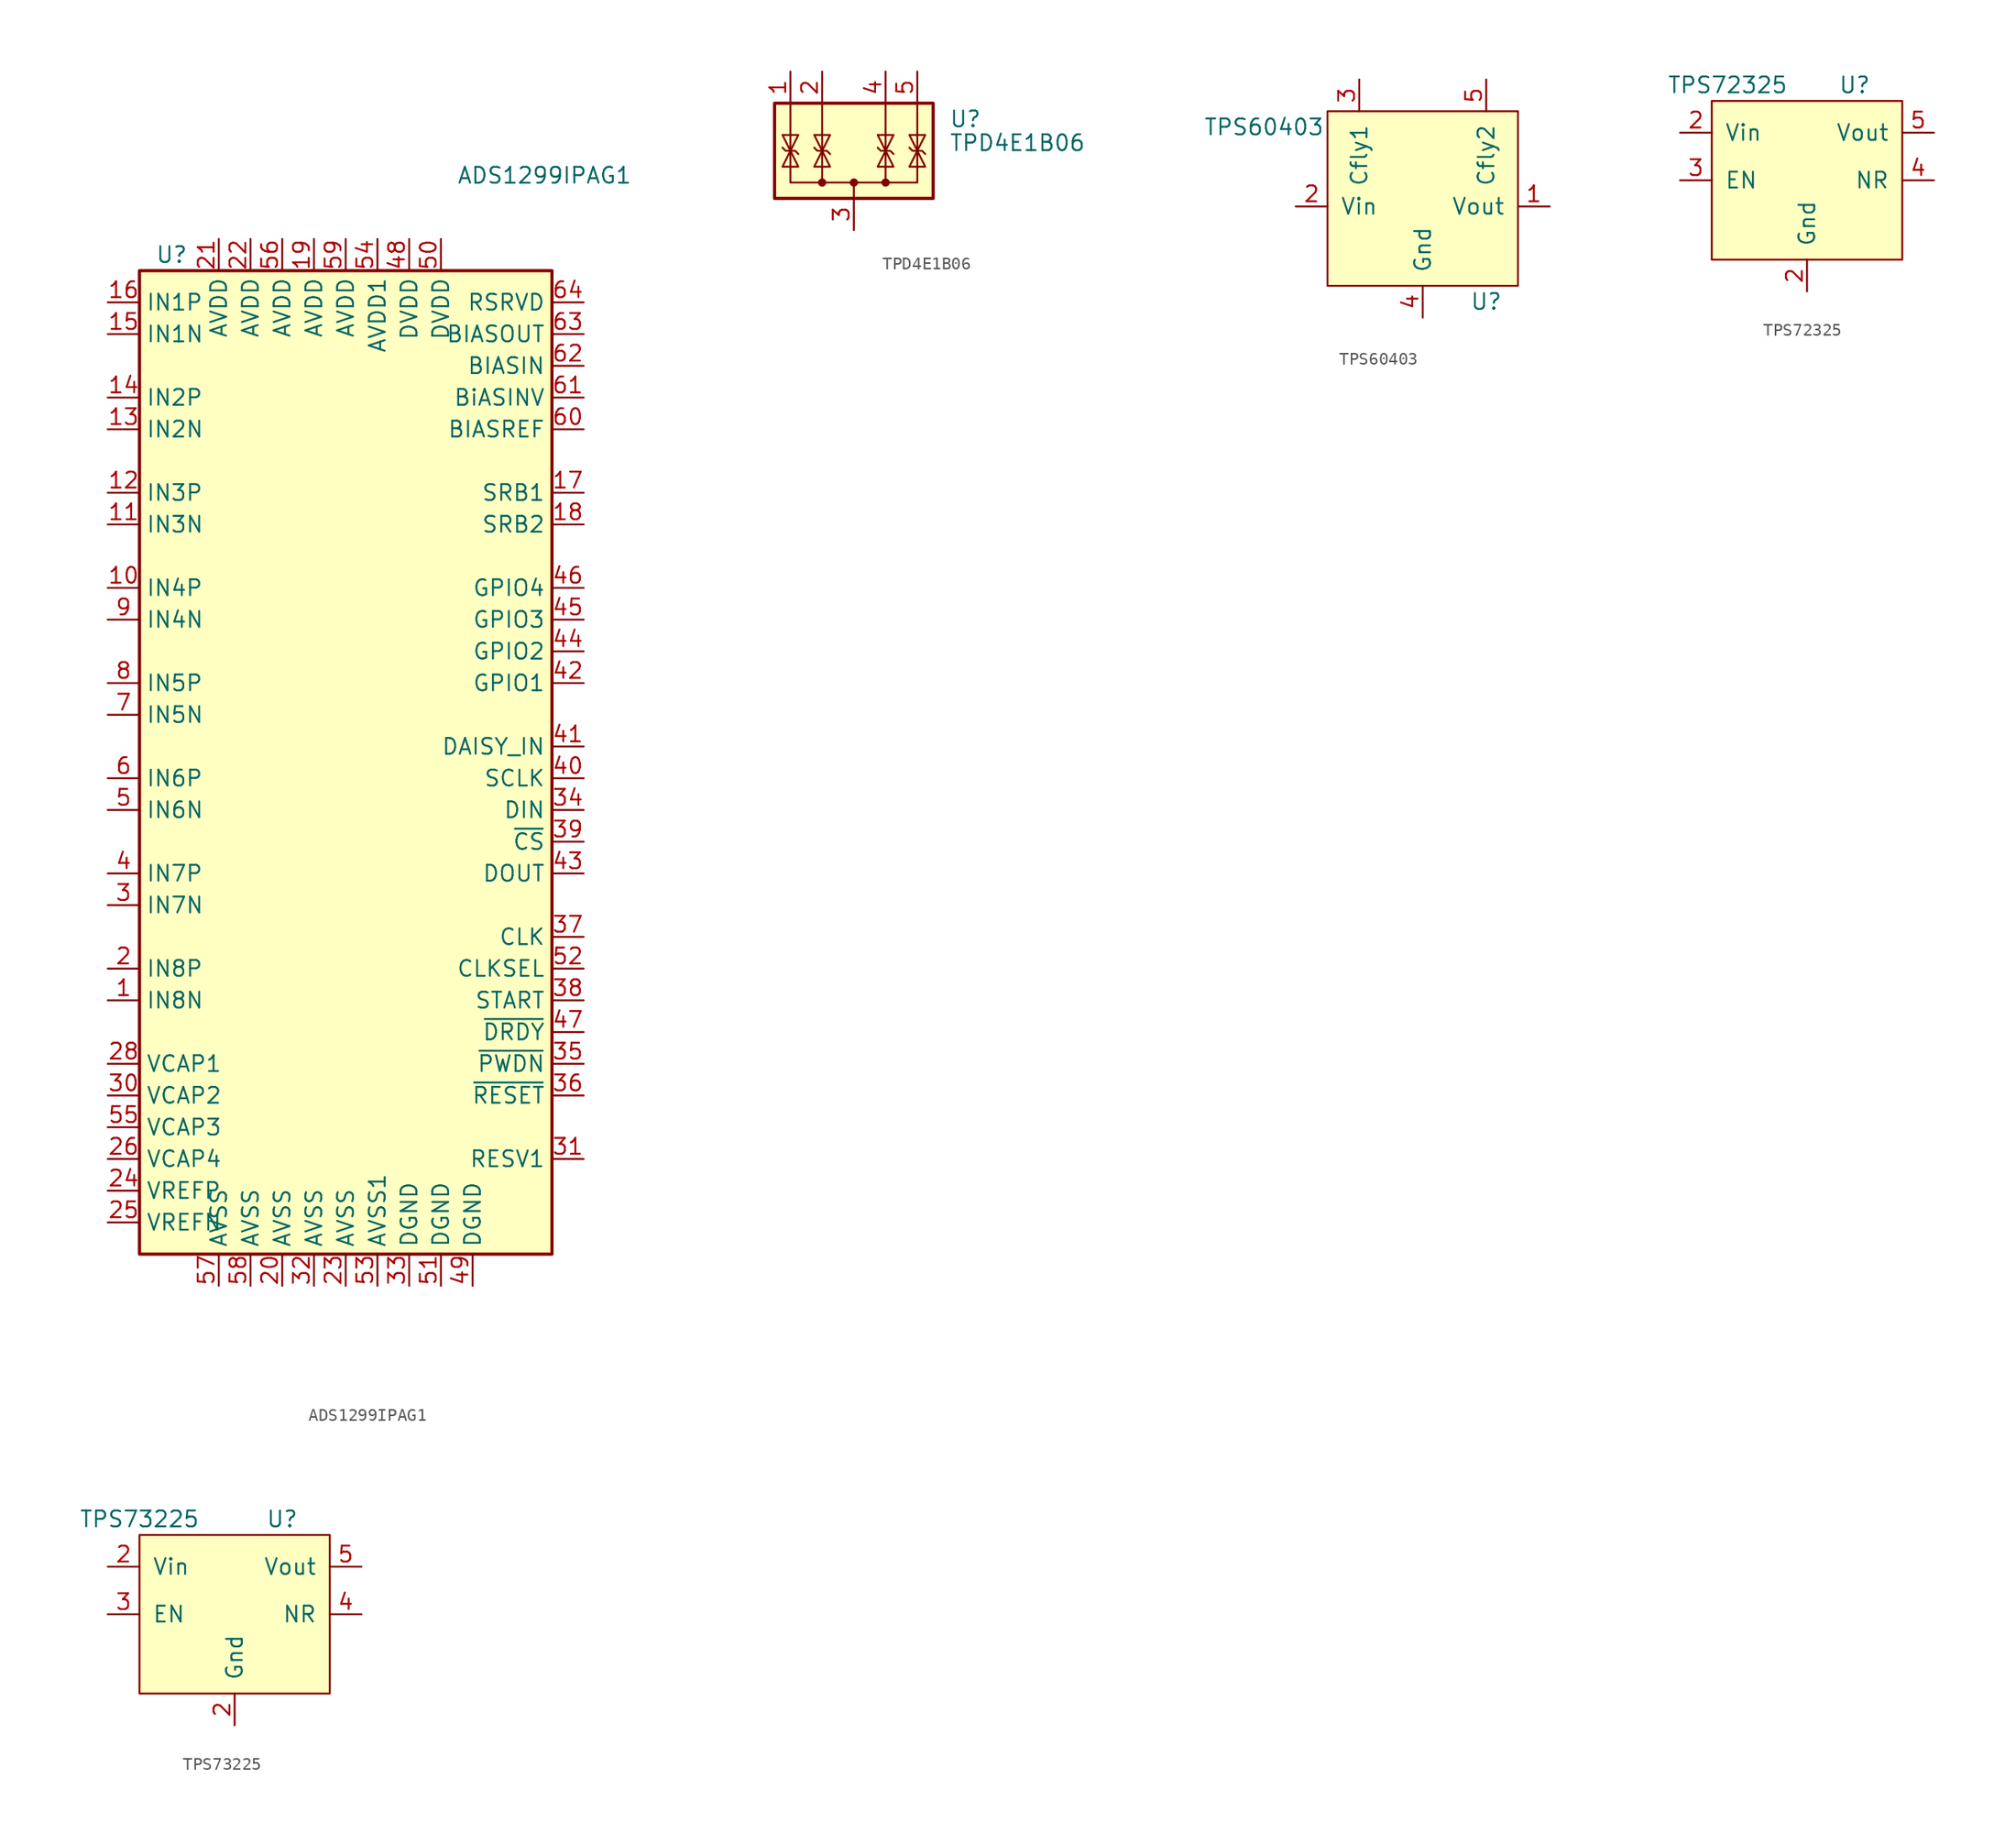
<source format=kicad_sym>
(kicad_symbol_lib
  (version 20211014)
  (generator kicad_symbol_editor)
  (symbol "ADS1299IPAG1"
    (property "Reference" "U"
      (at -16.51 44.45 0)
      (effects (font (size 1.27 1.27)) (justify left)))
    (property "Value" "ADS1299IPAG1"
      (at 7.62 50.8 0)
      (effects (font (size 1.27 1.27)) (justify left)))
    (symbol "ADS1299IPAG1_0_1"
      (rectangle (start -17.78 43.18) (end 15.24 -35.56) (stroke (width 0.254) (type default) (color 0 0 0 0)) (fill (type background))))
    (symbol "ADS1299IPAG1_1_1"
      (pin input line (at -20.32 -15.24 0) (length 2.54) (name "IN8N" (effects (font (size 1.27 1.27)))) (number "1" (effects (font (size 1.27 1.27)))))
      (pin input line (at -20.32 17.78 0) (length 2.54) (name "IN4P" (effects (font (size 1.27 1.27)))) (number "10" (effects (font (size 1.27 1.27)))))
      (pin input line (at -20.32 22.86 0) (length 2.54) (name "IN3N" (effects (font (size 1.27 1.27)))) (number "11" (effects (font (size 1.27 1.27)))))
      (pin input line (at -20.32 25.4 0) (length 2.54) (name "IN3P" (effects (font (size 1.27 1.27)))) (number "12" (effects (font (size 1.27 1.27)))))
      (pin input line (at -20.32 30.48 0) (length 2.54) (name "IN2N" (effects (font (size 1.27 1.27)))) (number "13" (effects (font (size 1.27 1.27)))))
      (pin input line (at -20.32 33.02 0) (length 2.54) (name "IN2P" (effects (font (size 1.27 1.27)))) (number "14" (effects (font (size 1.27 1.27)))))
      (pin input line (at -20.32 38.1 0) (length 2.54) (name "IN1N" (effects (font (size 1.27 1.27)))) (number "15" (effects (font (size 1.27 1.27)))))
      (pin input line (at -20.32 40.64 0) (length 2.54) (name "IN1P" (effects (font (size 1.27 1.27)))) (number "16" (effects (font (size 1.27 1.27)))))
      (pin bidirectional line (at 17.78 25.4 180) (length 2.54) (name "SRB1" (effects (font (size 1.27 1.27)))) (number "17" (effects (font (size 1.27 1.27)))))
      (pin bidirectional line (at 17.78 22.86 180) (length 2.54) (name "SRB2" (effects (font (size 1.27 1.27)))) (number "18" (effects (font (size 1.27 1.27)))))
      (pin power_in line (at -3.81 45.72 270) (length 2.54) (name "AVDD" (effects (font (size 1.27 1.27)))) (number "19" (effects (font (size 1.27 1.27)))))
      (pin input line (at -20.32 -12.7 0) (length 2.54) (name "IN8P" (effects (font (size 1.27 1.27)))) (number "2" (effects (font (size 1.27 1.27)))))
      (pin power_in line (at -6.35 -38.1 90) (length 2.54) (name "AVSS" (effects (font (size 1.27 1.27)))) (number "20" (effects (font (size 1.27 1.27)))))
      (pin power_in line (at -11.43 45.72 270) (length 2.54) (name "AVDD" (effects (font (size 1.27 1.27)))) (number "21" (effects (font (size 1.27 1.27)))))
      (pin power_in line (at -8.89 45.72 270) (length 2.54) (name "AVDD" (effects (font (size 1.27 1.27)))) (number "22" (effects (font (size 1.27 1.27)))))
      (pin power_in line (at -1.27 -38.1 90) (length 2.54) (name "AVSS" (effects (font (size 1.27 1.27)))) (number "23" (effects (font (size 1.27 1.27)))))
      (pin passive line (at -20.32 -30.48 0) (length 2.54) (name "VREFP" (effects (font (size 1.27 1.27)))) (number "24" (effects (font (size 1.27 1.27)))))
      (pin passive line (at -20.32 -33.02 0) (length 2.54) (name "VREFN" (effects (font (size 1.27 1.27)))) (number "25" (effects (font (size 1.27 1.27)))))
      (pin passive line (at -20.32 -27.94 0) (length 2.54) (name "VCAP4" (effects (font (size 1.27 1.27)))) (number "26" (effects (font (size 1.27 1.27)))))
      (pin no_connect line (at 15.24 -30.48 180) (length 2.54) hide (name "NC" (effects (font (size 1.27 1.27)))) (number "27" (effects (font (size 1.27 1.27)))))
      (pin passive line (at -20.32 -20.32 0) (length 2.54) (name "VCAP1" (effects (font (size 1.27 1.27)))) (number "28" (effects (font (size 1.27 1.27)))))
      (pin no_connect line (at 15.24 -33.02 180) (length 2.54) hide (name "NC" (effects (font (size 1.27 1.27)))) (number "29" (effects (font (size 1.27 1.27)))))
      (pin input line (at -20.32 -7.62 0) (length 2.54) (name "IN7N" (effects (font (size 1.27 1.27)))) (number "3" (effects (font (size 1.27 1.27)))))
      (pin passive line (at -20.32 -22.86 0) (length 2.54) (name "VCAP2" (effects (font (size 1.27 1.27)))) (number "30" (effects (font (size 1.27 1.27)))))
      (pin input line (at 17.78 -27.94 180) (length 2.54) (name "RESV1" (effects (font (size 1.27 1.27)))) (number "31" (effects (font (size 1.27 1.27)))))
      (pin power_in line (at -3.81 -38.1 90) (length 2.54) (name "AVSS" (effects (font (size 1.27 1.27)))) (number "32" (effects (font (size 1.27 1.27)))))
      (pin power_in line (at 3.81 -38.1 90) (length 2.54) (name "DGND" (effects (font (size 1.27 1.27)))) (number "33" (effects (font (size 1.27 1.27)))))
      (pin input line (at 17.78 0 180) (length 2.54) (name "DIN" (effects (font (size 1.27 1.27)))) (number "34" (effects (font (size 1.27 1.27)))))
      (pin input line (at 17.78 -20.32 180) (length 2.54) (name "~{PWDN}" (effects (font (size 1.27 1.27)))) (number "35" (effects (font (size 1.27 1.27)))))
      (pin input line (at 17.78 -22.86 180) (length 2.54) (name "~{RESET}" (effects (font (size 1.27 1.27)))) (number "36" (effects (font (size 1.27 1.27)))))
      (pin bidirectional line (at 17.78 -10.16 180) (length 2.54) (name "CLK" (effects (font (size 1.27 1.27)))) (number "37" (effects (font (size 1.27 1.27)))))
      (pin input line (at 17.78 -15.24 180) (length 2.54) (name "START" (effects (font (size 1.27 1.27)))) (number "38" (effects (font (size 1.27 1.27)))))
      (pin input line (at 17.78 -2.54 180) (length 2.54) (name "~{CS}" (effects (font (size 1.27 1.27)))) (number "39" (effects (font (size 1.27 1.27)))))
      (pin input line (at -20.32 -5.08 0) (length 2.54) (name "IN7P" (effects (font (size 1.27 1.27)))) (number "4" (effects (font (size 1.27 1.27)))))
      (pin input line (at 17.78 2.54 180) (length 2.54) (name "SCLK" (effects (font (size 1.27 1.27)))) (number "40" (effects (font (size 1.27 1.27)))))
      (pin input line (at 17.78 5.08 180) (length 2.54) (name "DAISY_IN" (effects (font (size 1.27 1.27)))) (number "41" (effects (font (size 1.27 1.27)))))
      (pin bidirectional line (at 17.78 10.16 180) (length 2.54) (name "GPIO1" (effects (font (size 1.27 1.27)))) (number "42" (effects (font (size 1.27 1.27)))))
      (pin output line (at 17.78 -5.08 180) (length 2.54) (name "DOUT" (effects (font (size 1.27 1.27)))) (number "43" (effects (font (size 1.27 1.27)))))
      (pin bidirectional line (at 17.78 12.7 180) (length 2.54) (name "GPIO2" (effects (font (size 1.27 1.27)))) (number "44" (effects (font (size 1.27 1.27)))))
      (pin bidirectional line (at 17.78 15.24 180) (length 2.54) (name "GPIO3" (effects (font (size 1.27 1.27)))) (number "45" (effects (font (size 1.27 1.27)))))
      (pin bidirectional line (at 17.78 17.78 180) (length 2.54) (name "GPIO4" (effects (font (size 1.27 1.27)))) (number "46" (effects (font (size 1.27 1.27)))))
      (pin output line (at 17.78 -17.78 180) (length 2.54) (name "~{DRDY}" (effects (font (size 1.27 1.27)))) (number "47" (effects (font (size 1.27 1.27)))))
      (pin power_in line (at 3.81 45.72 270) (length 2.54) (name "DVDD" (effects (font (size 1.27 1.27)))) (number "48" (effects (font (size 1.27 1.27)))))
      (pin power_in line (at 8.89 -38.1 90) (length 2.54) (name "DGND" (effects (font (size 1.27 1.27)))) (number "49" (effects (font (size 1.27 1.27)))))
      (pin input line (at -20.32 0 0) (length 2.54) (name "IN6N" (effects (font (size 1.27 1.27)))) (number "5" (effects (font (size 1.27 1.27)))))
      (pin power_in line (at 6.35 45.72 270) (length 2.54) (name "DVDD" (effects (font (size 1.27 1.27)))) (number "50" (effects (font (size 1.27 1.27)))))
      (pin power_in line (at 6.35 -38.1 90) (length 2.54) (name "DGND" (effects (font (size 1.27 1.27)))) (number "51" (effects (font (size 1.27 1.27)))))
      (pin input line (at 17.78 -12.7 180) (length 2.54) (name "CLKSEL" (effects (font (size 1.27 1.27)))) (number "52" (effects (font (size 1.27 1.27)))))
      (pin power_in line (at 1.27 -38.1 90) (length 2.54) (name "AVSS1" (effects (font (size 1.27 1.27)))) (number "53" (effects (font (size 1.27 1.27)))))
      (pin power_in line (at 1.27 45.72 270) (length 2.54) (name "AVDD1" (effects (font (size 1.27 1.27)))) (number "54" (effects (font (size 1.27 1.27)))))
      (pin passive line (at -20.32 -25.4 0) (length 2.54) (name "VCAP3" (effects (font (size 1.27 1.27)))) (number "55" (effects (font (size 1.27 1.27)))))
      (pin power_in line (at -6.35 45.72 270) (length 2.54) (name "AVDD" (effects (font (size 1.27 1.27)))) (number "56" (effects (font (size 1.27 1.27)))))
      (pin power_in line (at -11.43 -38.1 90) (length 2.54) (name "AVSS" (effects (font (size 1.27 1.27)))) (number "57" (effects (font (size 1.27 1.27)))))
      (pin power_in line (at -8.89 -38.1 90) (length 2.54) (name "AVSS" (effects (font (size 1.27 1.27)))) (number "58" (effects (font (size 1.27 1.27)))))
      (pin power_in line (at -1.27 45.72 270) (length 2.54) (name "AVDD" (effects (font (size 1.27 1.27)))) (number "59" (effects (font (size 1.27 1.27)))))
      (pin input line (at -20.32 2.54 0) (length 2.54) (name "IN6P" (effects (font (size 1.27 1.27)))) (number "6" (effects (font (size 1.27 1.27)))))
      (pin input line (at 17.78 30.48 180) (length 2.54) (name "BIASREF" (effects (font (size 1.27 1.27)))) (number "60" (effects (font (size 1.27 1.27)))))
      (pin input line (at 17.78 33.02 180) (length 2.54) (name "BiASINV" (effects (font (size 1.27 1.27)))) (number "61" (effects (font (size 1.27 1.27)))))
      (pin input line (at 17.78 35.56 180) (length 2.54) (name "BIASIN" (effects (font (size 1.27 1.27)))) (number "62" (effects (font (size 1.27 1.27)))))
      (pin output line (at 17.78 38.1 180) (length 2.54) (name "BIASOUT" (effects (font (size 1.27 1.27)))) (number "63" (effects (font (size 1.27 1.27)))))
      (pin input line (at 17.78 40.64 180) (length 2.54) (name "RSRVD" (effects (font (size 1.27 1.27)))) (number "64" (effects (font (size 1.27 1.27)))))
      (pin input line (at -20.32 7.62 0) (length 2.54) (name "IN5N" (effects (font (size 1.27 1.27)))) (number "7" (effects (font (size 1.27 1.27)))))
      (pin input line (at -20.32 10.16 0) (length 2.54) (name "IN5P" (effects (font (size 1.27 1.27)))) (number "8" (effects (font (size 1.27 1.27)))))
      (pin input line (at -20.32 15.24 0) (length 2.54) (name "IN4N" (effects (font (size 1.27 1.27)))) (number "9" (effects (font (size 1.27 1.27)))))))
  (symbol "TPD4E1B06"
    (pin_names hide)
    (property "Reference" "U"
      (at 7.62 3.81 0)
      (effects (font (size 1.27 1.27)) (justify left)))
    (property "Value" "TPD4E1B06"
      (at 7.62 1.905 0)
      (effects (font (size 1.27 1.27)) (justify left)))
    (symbol "TPD4E1B06_0_0"
      (pin passive line (at 0 -5.08 90) (length 2.54) (name "G" (effects (font (size 1.27 1.27)))) (number "3" (effects (font (size 1.27 1.27))))))
    (symbol "TPD4E1B06_0_1"
      (rectangle (start -6.35 5.08) (end 6.35 -2.54) (stroke (width 0.254) (type default) (color 0 0 0 0)) (fill (type background)))
      (circle (center 0 -1.27) (radius 0.254) (stroke (width 0) (type default) (color 0 0 0 0)) (fill (type outline)))
      (polyline (pts (xy -2.54 5.08) (xy -2.54 -1.27)) (stroke (width 0) (type default) (color 0 0 0 0)) (fill (type none)))
      (polyline (pts (xy 0 -1.27) (xy 0 -2.54)) (stroke (width 0) (type default) (color 0 0 0 0)) (fill (type none)))
      (polyline (pts (xy 2.54 5.08) (xy 2.54 -1.27)) (stroke (width 0) (type default) (color 0 0 0 0)) (fill (type none)))
      (polyline (pts (xy -5.08 5.08) (xy -5.08 -1.27) (xy 5.08 -1.27) (xy 5.08 5.08)) (stroke (width 0) (type default) (color 0 0 0 0)) (fill (type none)))
      (polyline (pts (xy -4.445 0) (xy -5.715 0) (xy -5.08 1.27) (xy -4.445 0)) (stroke (width 0) (type default) (color 0 0 0 0)) (fill (type none)))
      (polyline (pts (xy -3.175 1.524) (xy -2.921 1.27) (xy -2.159 1.27) (xy -1.905 1.016)) (stroke (width 0) (type default) (color 0 0 0 0)) (fill (type none)))
      (polyline (pts (xy -2.54 1.27) (xy -1.905 0) (xy -3.175 0) (xy -2.54 1.27)) (stroke (width 0) (type default) (color 0 0 0 0)) (fill (type none)))
      (polyline (pts (xy 2.54 1.27) (xy 1.905 0) (xy 3.175 0) (xy 2.54 1.27)) (stroke (width 0) (type default) (color 0 0 0 0)) (fill (type none)))
      (polyline (pts (xy 5.08 1.27) (xy 4.445 0) (xy 5.715 0) (xy 5.08 1.27)) (stroke (width 0) (type default) (color 0 0 0 0)) (fill (type none)))
      (circle (center 2.54 -1.27) (radius 0.254) (stroke (width 0) (type default) (color 0 0 0 0)) (fill (type outline))))
    (symbol "TPD4E1B06_1_1"
      (circle (center -2.54 -1.27) (radius 0.254) (stroke (width 0) (type default) (color 0 0 0 0)) (fill (type outline)))
      (polyline (pts (xy -5.715 1.524) (xy -5.461 1.27) (xy -4.699 1.27) (xy -4.445 1.016)) (stroke (width 0) (type default) (color 0 0 0 0)) (fill (type none)))
      (polyline (pts (xy -5.08 1.27) (xy -5.715 2.54) (xy -4.445 2.54) (xy -5.08 1.27)) (stroke (width 0) (type default) (color 0 0 0 0)) (fill (type none)))
      (polyline (pts (xy -2.54 1.27) (xy -3.175 2.54) (xy -1.905 2.54) (xy -2.54 1.27)) (stroke (width 0) (type default) (color 0 0 0 0)) (fill (type none)))
      (polyline (pts (xy 1.905 1.524) (xy 2.159 1.27) (xy 2.921 1.27) (xy 3.175 1.016)) (stroke (width 0) (type default) (color 0 0 0 0)) (fill (type none)))
      (polyline (pts (xy 2.54 1.27) (xy 1.905 2.54) (xy 3.175 2.54) (xy 2.54 1.27)) (stroke (width 0) (type default) (color 0 0 0 0)) (fill (type none)))
      (polyline (pts (xy 4.445 1.524) (xy 4.699 1.27) (xy 5.461 1.27) (xy 5.715 1.016)) (stroke (width 0) (type default) (color 0 0 0 0)) (fill (type none)))
      (polyline (pts (xy 5.08 1.27) (xy 4.445 2.54) (xy 5.715 2.54) (xy 5.08 1.27)) (stroke (width 0) (type default) (color 0 0 0 0)) (fill (type none)))
      (pin passive line (at -5.08 7.62 270) (length 2.54) (name "IO1" (effects (font (size 1.27 1.27)))) (number "1" (effects (font (size 1.27 1.27)))))
      (pin passive line (at -2.54 7.62 270) (length 2.54) (name "IO2" (effects (font (size 1.27 1.27)))) (number "2" (effects (font (size 1.27 1.27)))))
      (pin passive line (at 2.54 7.62 270) (length 2.54) (name "IO3" (effects (font (size 1.27 1.27)))) (number "4" (effects (font (size 1.27 1.27)))))
      (pin passive line (at 5.08 7.62 270) (length 2.54) (name "IO4" (effects (font (size 1.27 1.27)))) (number "5" (effects (font (size 1.27 1.27)))))))
  (symbol "TPS60403"
    (pin_names
      (offset 1.016))
    (property "Reference" "U"
      (at 5.08 -7.62 0)
      (effects (font (size 1.27 1.27))))
    (property "Value" "TPS60403"
      (at -12.7 6.35 0)
      (effects (font (size 1.27 1.27))))
    (symbol "TPS60403_0_1"
      (rectangle (start -7.62 7.62) (end 7.62 -6.35) (stroke (width 0) (type default) (color 0 0 0 0)) (fill (type background))))
    (symbol "TPS60403_1_1"
      (pin power_out line (at 10.16 0 180) (length 2.54) (name "Vout" (effects (font (size 1.27 1.27)))) (number "1" (effects (font (size 1.27 1.27)))))
      (pin power_in line (at -10.16 0 0) (length 2.54) (name "Vin" (effects (font (size 1.27 1.27)))) (number "2" (effects (font (size 1.27 1.27)))))
      (pin passive line (at -5.08 10.16 270) (length 2.54) (name "Cfly1" (effects (font (size 1.27 1.27)))) (number "3" (effects (font (size 1.27 1.27)))))
      (pin power_in line (at 0 -8.89 90) (length 2.54) (name "Gnd" (effects (font (size 1.27 1.27)))) (number "4" (effects (font (size 1.27 1.27)))))
      (pin passive line (at 5.08 10.16 270) (length 2.54) (name "Cfly2" (effects (font (size 1.27 1.27)))) (number "5" (effects (font (size 1.27 1.27)))))))
  (symbol "TPS72325"
    (pin_names
      (offset 1.016))
    (property "Reference" "U"
      (at 3.81 7.62 0)
      (effects (font (size 1.27 1.27))))
    (property "Value" "TPS72325"
      (at -6.35 7.62 0)
      (effects (font (size 1.27 1.27))))
    (symbol "TPS72325_1_1"
      (rectangle (start -7.62 6.35) (end 7.62 -6.35) (stroke (width 0) (type default) (color 0 0 0 0)) (fill (type background)))
      (pin power_in line (at 0 -8.89 90) (length 2.54) (name "Gnd" (effects (font (size 1.27 1.27)))) (number "2" (effects (font (size 1.27 1.27)))))
      (pin power_in line (at -10.16 3.81 0) (length 2.54) (name "Vin" (effects (font (size 1.27 1.27)))) (number "2" (effects (font (size 1.27 1.27)))))
      (pin input line (at -10.16 0 0) (length 2.54) (name "EN" (effects (font (size 1.27 1.27)))) (number "3" (effects (font (size 1.27 1.27)))))
      (pin passive line (at 10.16 0 180) (length 2.54) (name "NR" (effects (font (size 1.27 1.27)))) (number "4" (effects (font (size 1.27 1.27)))))
      (pin power_out line (at 10.16 3.81 180) (length 2.54) (name "Vout" (effects (font (size 1.27 1.27)))) (number "5" (effects (font (size 1.27 1.27)))))))
  (symbol "TPS73225"
    (pin_names
      (offset 1.016))
    (property "Reference" "U"
      (at 3.81 7.62 0)
      (effects (font (size 1.27 1.27))))
    (property "Value" "TPS73225"
      (at -7.62 7.62 0)
      (effects (font (size 1.27 1.27))))
    (symbol "TPS73225_0_1"
      (rectangle (start -7.62 6.35) (end 7.62 -6.35) (stroke (width 0) (type default) (color 0 0 0 0)) (fill (type background))))
    (symbol "TPS73225_1_1"
      (pin power_in line (at 0 -8.89 90) (length 2.54) (name "Gnd" (effects (font (size 1.27 1.27)))) (number "2" (effects (font (size 1.27 1.27)))))
      (pin power_in line (at -10.16 3.81 0) (length 2.54) (name "Vin" (effects (font (size 1.27 1.27)))) (number "2" (effects (font (size 1.27 1.27)))))
      (pin input line (at -10.16 0 0) (length 2.54) (name "EN" (effects (font (size 1.27 1.27)))) (number "3" (effects (font (size 1.27 1.27)))))
      (pin passive line (at 10.16 0 180) (length 2.54) (name "NR" (effects (font (size 1.27 1.27)))) (number "4" (effects (font (size 1.27 1.27)))))
      (pin power_out line (at 10.16 3.81 180) (length 2.54) (name "Vout" (effects (font (size 1.27 1.27)))) (number "5" (effects (font (size 1.27 1.27))))))))
</source>
